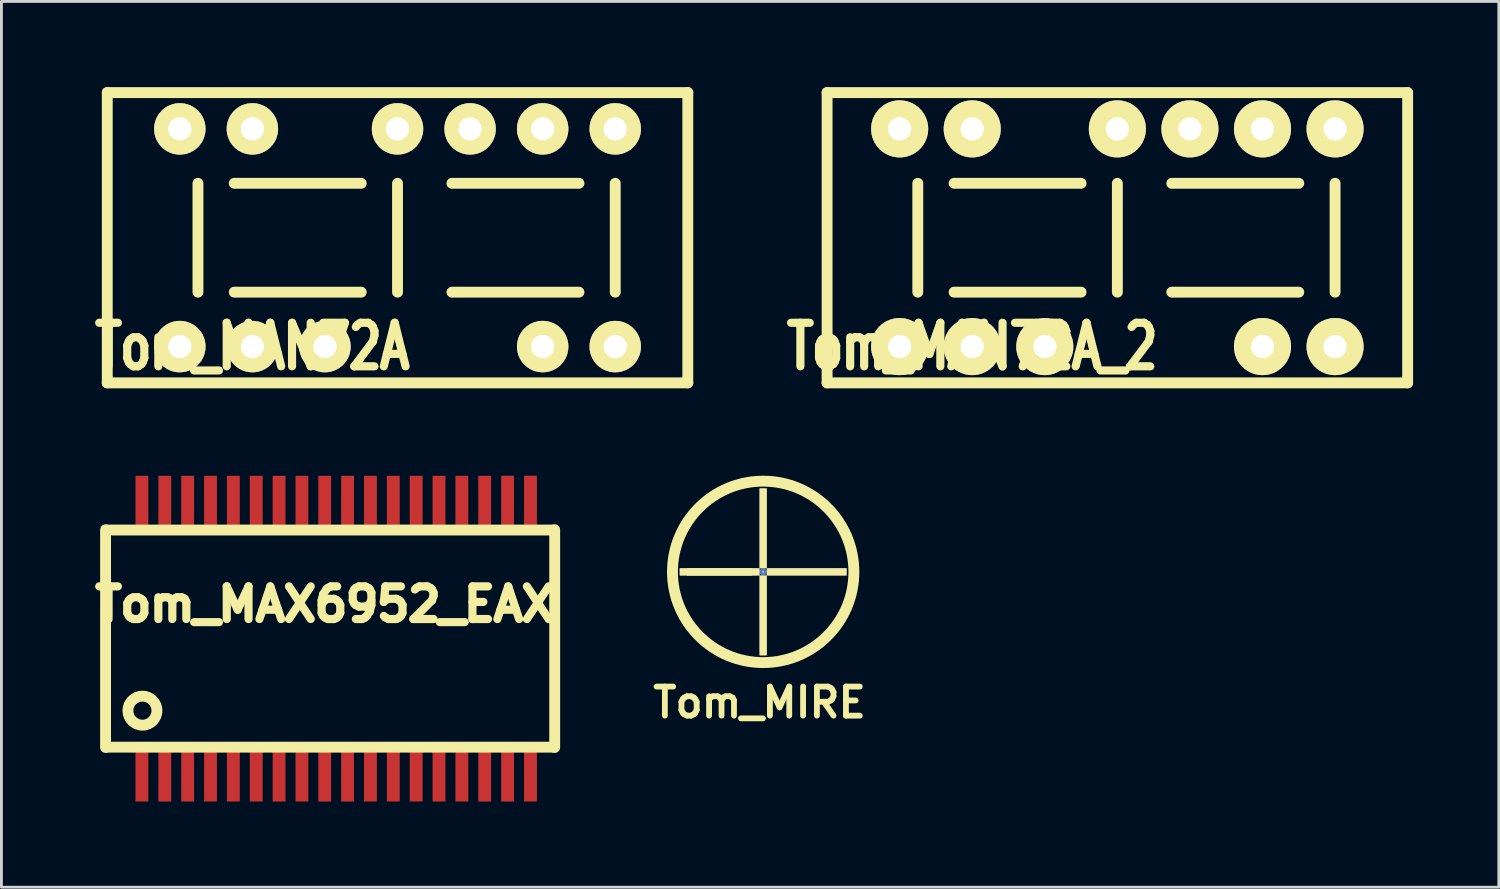
<source format=kicad_pcb>
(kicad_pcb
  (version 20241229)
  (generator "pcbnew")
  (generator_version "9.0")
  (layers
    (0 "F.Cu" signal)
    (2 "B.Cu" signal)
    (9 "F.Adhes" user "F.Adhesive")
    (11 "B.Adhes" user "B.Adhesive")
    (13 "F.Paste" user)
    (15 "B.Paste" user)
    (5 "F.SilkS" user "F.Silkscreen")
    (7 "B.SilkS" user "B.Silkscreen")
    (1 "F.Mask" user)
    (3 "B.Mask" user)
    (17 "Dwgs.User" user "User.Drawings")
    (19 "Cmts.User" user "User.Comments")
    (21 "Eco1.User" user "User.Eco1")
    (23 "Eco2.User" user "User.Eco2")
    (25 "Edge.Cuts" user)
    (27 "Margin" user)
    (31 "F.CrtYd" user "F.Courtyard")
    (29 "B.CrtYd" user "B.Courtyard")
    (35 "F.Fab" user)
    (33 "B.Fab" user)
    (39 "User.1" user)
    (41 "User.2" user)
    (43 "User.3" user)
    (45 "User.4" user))
  (footprint "Tom_MAN72A"
    (layer "F.Cu")
    (at 10.864 10.351)
    (property "Reference" "Tom_MAN72A" (at -5.08 -1.27 0) (layer "F.SilkS") (effects (font (size 1.524 1.143) (thickness 0.287))))
    (attr through_hole)
    (fp_line (start -10.16 -10.16) (end -10.16 0) (stroke (width 0.381) (type solid)) (layer "F.SilkS"))
    (fp_line (start -10.16 -10.16) (end 10.16 -10.16) (stroke (width 0.381) (type solid)) (layer "F.SilkS"))
    (fp_line (start -6.985 -6.985) (end -6.985 -3.175) (stroke (width 0.381) (type solid)) (layer "F.SilkS"))
    (fp_line (start -5.715 -6.985) (end -1.27 -6.985) (stroke (width 0.381) (type solid)) (layer "F.SilkS"))
    (fp_line (start -5.715 -3.175) (end -1.27 -3.175) (stroke (width 0.381) (type solid)) (layer "F.SilkS"))
    (fp_line (start 0 -6.985) (end 0 -3.175) (stroke (width 0.381) (type solid)) (layer "F.SilkS"))
    (fp_line (start 1.905 -6.985) (end 6.35 -6.985) (stroke (width 0.381) (type solid)) (layer "F.SilkS"))
    (fp_line (start 1.905 -3.175) (end 6.35 -3.175) (stroke (width 0.381) (type solid)) (layer "F.SilkS"))
    (fp_line (start 7.62 -6.985) (end 7.62 -3.175) (stroke (width 0.381) (type solid)) (layer "F.SilkS"))
    (fp_line (start 10.16 -10.16) (end 10.16 0) (stroke (width 0.381) (type solid)) (layer "F.SilkS"))
    (fp_line (start 10.16 0) (end -10.16 0) (stroke (width 0.381) (type solid)) (layer "F.SilkS"))
    (pad "1" thru_hole circle (at -7.62 -1.27) (size 1.801 1.801) (drill 0.813) (layers "*.Cu" "*.Mask" "F.SilkS"))
    (pad "2" thru_hole circle (at -5.08 -1.27) (size 1.801 1.801) (drill 0.813) (layers "*.Cu" "*.Mask" "F.SilkS"))
    (pad "3" thru_hole circle (at -2.54 -1.27) (size 1.801 1.801) (drill 0.813) (layers "*.Cu" "*.Mask" "F.SilkS"))
    (pad "6" thru_hole circle (at 5.08 -1.27) (size 1.801 1.801) (drill 0.813) (layers "*.Cu" "*.Mask" "F.SilkS"))
    (pad "7" thru_hole circle (at 7.62 -1.27) (size 1.801 1.801) (drill 0.813) (layers "*.Cu" "*.Mask" "F.SilkS"))
    (pad "8" thru_hole circle (at 7.62 -8.89) (size 1.801 1.801) (drill 0.813) (layers "*.Cu" "*.Mask" "F.SilkS"))
    (pad "9" thru_hole circle (at 5.08 -8.89) (size 1.801 1.801) (drill 0.813) (layers "*.Cu" "*.Mask" "F.SilkS"))
    (pad "10" thru_hole circle (at 2.54 -8.89) (size 1.801 1.801) (drill 0.813) (layers "*.Cu" "*.Mask" "F.SilkS"))
    (pad "11" thru_hole circle (at 0 -8.89) (size 1.801 1.801) (drill 0.813) (layers "*.Cu" "*.Mask" "F.SilkS"))
    (pad "13" thru_hole circle (at -5.08 -8.89) (size 1.801 1.801) (drill 0.813) (layers "*.Cu" "*.Mask" "F.SilkS"))
    (pad "14" thru_hole circle (at -7.62 -8.89) (size 1.801 1.801) (drill 0.813) (layers "*.Cu" "*.Mask" "F.SilkS")))
  (footprint "Tom_MAN72A_2"
    (layer "F.Cu")
    (at 36.059 10.351)
    (property "Reference" "Tom_MAN72A_2" (at -5.08 -1.27 0) (layer "F.SilkS") (effects (font (size 1.524 1.143) (thickness 0.287))))
    (attr through_hole)
    (fp_line (start -10.16 -10.16) (end -10.16 0) (stroke (width 0.381) (type solid)) (layer "F.SilkS"))
    (fp_line (start -10.16 -10.16) (end 10.16 -10.16) (stroke (width 0.381) (type solid)) (layer "F.SilkS"))
    (fp_line (start -6.985 -6.985) (end -6.985 -3.175) (stroke (width 0.381) (type solid)) (layer "F.SilkS"))
    (fp_line (start -5.715 -6.985) (end -1.27 -6.985) (stroke (width 0.381) (type solid)) (layer "F.SilkS"))
    (fp_line (start -5.715 -3.175) (end -1.27 -3.175) (stroke (width 0.381) (type solid)) (layer "F.SilkS"))
    (fp_line (start 0 -6.985) (end 0 -3.175) (stroke (width 0.381) (type solid)) (layer "F.SilkS"))
    (fp_line (start 1.905 -6.985) (end 6.35 -6.985) (stroke (width 0.381) (type solid)) (layer "F.SilkS"))
    (fp_line (start 1.905 -3.175) (end 6.35 -3.175) (stroke (width 0.381) (type solid)) (layer "F.SilkS"))
    (fp_line (start 7.62 -6.985) (end 7.62 -3.175) (stroke (width 0.381) (type solid)) (layer "F.SilkS"))
    (fp_line (start 10.16 -10.16) (end 10.16 0) (stroke (width 0.381) (type solid)) (layer "F.SilkS"))
    (fp_line (start 10.16 0) (end -10.16 0) (stroke (width 0.381) (type solid)) (layer "F.SilkS"))
    (pad "1" thru_hole circle (at -7.62 -1.27) (size 1.999 1.999) (drill 0.813) (layers "*.Cu" "*.Mask" "F.SilkS"))
    (pad "2" thru_hole circle (at -5.08 -1.27) (size 1.999 1.999) (drill 0.813) (layers "*.Cu" "*.Mask" "F.SilkS"))
    (pad "3" thru_hole circle (at -2.54 -1.27) (size 1.999 1.999) (drill 0.813) (layers "*.Cu" "*.Mask" "F.SilkS"))
    (pad "6" thru_hole circle (at 5.08 -1.27) (size 1.999 1.999) (drill 0.813) (layers "*.Cu" "*.Mask" "F.SilkS"))
    (pad "7" thru_hole circle (at 7.62 -1.27) (size 1.999 1.999) (drill 0.813) (layers "*.Cu" "*.Mask" "F.SilkS"))
    (pad "8" thru_hole circle (at 7.62 -8.89) (size 1.999 1.999) (drill 0.813) (layers "*.Cu" "*.Mask" "F.SilkS"))
    (pad "9" thru_hole circle (at 5.08 -8.89) (size 1.999 1.999) (drill 0.813) (layers "*.Cu" "*.Mask" "F.SilkS"))
    (pad "10" thru_hole circle (at 2.54 -8.89) (size 1.999 1.999) (drill 0.813) (layers "*.Cu" "*.Mask" "F.SilkS"))
    (pad "11" thru_hole circle (at 0 -8.89) (size 1.999 1.999) (drill 0.813) (layers "*.Cu" "*.Mask" "F.SilkS"))
    (pad "13" thru_hole circle (at -5.08 -8.89) (size 1.999 1.999) (drill 0.813) (layers "*.Cu" "*.Mask" "F.SilkS"))
    (pad "14" thru_hole circle (at -7.62 -8.89) (size 1.999 1.999) (drill 0.813) (layers "*.Cu" "*.Mask" "F.SilkS")))
  (footprint "Tom_MAX6952_EAX"
    (layer "F.Cu")
    (at 13.317 19.302)
    (property "Reference" "Tom_MAX6952_EAX" (at -5.001 -1.199 0) (layer "F.SilkS") (effects (font (size 1.143 1.143) (thickness 0.287))))
    (attr smd)
    (fp_line (start -12.672 -3.81) (end -12.672 3.81) (stroke (width 0.381) (type solid)) (layer "F.SilkS"))
    (fp_line (start -12.601 -3.8) (end 3 -3.8) (stroke (width 0.381) (type solid)) (layer "F.SilkS"))
    (fp_line (start 3 3.8) (end -12.601 3.8) (stroke (width 0.381) (type solid)) (layer "F.SilkS"))
    (fp_line (start 3.048 -3.81) (end 3.048 3.81) (stroke (width 0.381) (type solid)) (layer "F.SilkS"))
    (fp_circle (center -11.382 2.522) (end -11.382 2.014) (stroke (width 0.381) (type solid)) (fill no) (layer "F.SilkS"))
    (pad "1" smd rect (at -11.4 4.801) (size 0.45 1.801) (layers "F.Cu" "F.Mask" "F.Paste"))
    (pad "2" smd rect (at -10.599 4.801) (size 0.45 1.801) (layers "F.Cu" "F.Mask" "F.Paste"))
    (pad "3" smd rect (at -9.799 4.801) (size 0.45 1.801) (layers "F.Cu" "F.Mask" "F.Paste"))
    (pad "4" smd rect (at -8.999 4.801) (size 0.45 1.801) (layers "F.Cu" "F.Mask" "F.Paste"))
    (pad "5" smd rect (at -8.199 4.801) (size 0.45 1.801) (layers "F.Cu" "F.Mask" "F.Paste"))
    (pad "6" smd rect (at -7.399 4.801) (size 0.45 1.801) (layers "F.Cu" "F.Mask" "F.Paste"))
    (pad "7" smd rect (at -6.599 4.801) (size 0.45 1.801) (layers "F.Cu" "F.Mask" "F.Paste"))
    (pad "8" smd rect (at -5.799 4.801) (size 0.45 1.801) (layers "F.Cu" "F.Mask" "F.Paste"))
    (pad "9" smd rect (at -5.001 4.801) (size 0.45 1.801) (layers "F.Cu" "F.Mask" "F.Paste"))
    (pad "10" smd rect (at -4.201 4.801) (size 0.45 1.801) (layers "F.Cu" "F.Mask" "F.Paste"))
    (pad "11" smd rect (at -3.401 4.801) (size 0.45 1.801) (layers "F.Cu" "F.Mask" "F.Paste"))
    (pad "12" smd rect (at -2.601 4.801) (size 0.45 1.801) (layers "F.Cu" "F.Mask" "F.Paste"))
    (pad "13" smd rect (at -1.801 4.801) (size 0.45 1.801) (layers "F.Cu" "F.Mask" "F.Paste"))
    (pad "14" smd rect (at -1.001 4.801) (size 0.45 1.801) (layers "F.Cu" "F.Mask" "F.Paste"))
    (pad "15" smd rect (at -0.201 4.801) (size 0.45 1.801) (layers "F.Cu" "F.Mask" "F.Paste"))
    (pad "16" smd rect (at 0.599 4.801) (size 0.45 1.801) (layers "F.Cu" "F.Mask" "F.Paste"))
    (pad "17" smd rect (at 1.4 4.801) (size 0.45 1.801) (layers "F.Cu" "F.Mask" "F.Paste"))
    (pad "18" smd rect (at 2.2 4.801) (size 0.45 1.801) (layers "F.Cu" "F.Mask" "F.Paste"))
    (pad "19" smd rect (at 2.2 -4.801) (size 0.45 1.801) (layers "F.Cu" "F.Mask" "F.Paste"))
    (pad "20" smd rect (at 1.4 -4.801) (size 0.45 1.801) (layers "F.Cu" "F.Mask" "F.Paste"))
    (pad "21" smd rect (at 0.599 -4.798) (size 0.45 1.801) (layers "F.Cu" "F.Mask" "F.Paste"))
    (pad "22" smd rect (at -0.201 -4.798) (size 0.45 1.801) (layers "F.Cu" "F.Mask" "F.Paste"))
    (pad "23" smd rect (at -1.001 -4.798) (size 0.45 1.801) (layers "F.Cu" "F.Mask" "F.Paste"))
    (pad "24" smd rect (at -1.801 -4.798) (size 0.45 1.801) (layers "F.Cu" "F.Mask" "F.Paste"))
    (pad "25" smd rect (at -2.601 -4.798) (size 0.45 1.801) (layers "F.Cu" "F.Mask" "F.Paste"))
    (pad "26" smd rect (at -3.401 -4.798) (size 0.45 1.801) (layers "F.Cu" "F.Mask" "F.Paste"))
    (pad "27" smd rect (at -4.201 -4.798) (size 0.45 1.801) (layers "F.Cu" "F.Mask" "F.Paste"))
    (pad "28" smd rect (at -5.001 -4.798) (size 0.45 1.801) (layers "F.Cu" "F.Mask" "F.Paste"))
    (pad "29" smd rect (at -5.799 -4.798) (size 0.45 1.801) (layers "F.Cu" "F.Mask" "F.Paste"))
    (pad "30" smd rect (at -6.599 -4.798) (size 0.45 1.801) (layers "F.Cu" "F.Mask" "F.Paste"))
    (pad "31" smd rect (at -7.399 -4.798) (size 0.45 1.801) (layers "F.Cu" "F.Mask" "F.Paste"))
    (pad "32" smd rect (at -8.199 -4.798) (size 0.45 1.801) (layers "F.Cu" "F.Mask" "F.Paste"))
    (pad "33" smd rect (at -8.999 -4.798) (size 0.45 1.801) (layers "F.Cu" "F.Mask" "F.Paste"))
    (pad "34" smd rect (at -9.799 -4.798) (size 0.45 1.801) (layers "F.Cu" "F.Mask" "F.Paste"))
    (pad "35" smd rect (at -10.599 -4.798) (size 0.45 1.801) (layers "F.Cu" "F.Mask" "F.Paste"))
    (pad "36" smd rect (at -11.4 -4.798) (size 0.45 1.801) (layers "F.Cu" "F.Mask" "F.Paste")))
  (footprint "Tom_MIRE"
    (layer "F.Cu")
    (at 23.662 16.966)
    (property "Reference" "Tom_MIRE" (at -0.127 4.572 0) (layer "F.SilkS") (effects (font (size 1.016 1.016) (thickness 0.203))))
    (attr through_hole)
    (fp_circle (center 0 0) (end 2.54 1.905) (stroke (width 0.381) (type solid)) (fill no) (layer "F.SilkS"))
    (pad "" thru_hole rect (at -1.524 0) (size 2.286 0.254) (drill 0.000001) (layers "*.Cu" "*.Mask" "F.SilkS"))
    (pad "" thru_hole rect (at -1.524 0) (size 2.794 0.254) (drill 0.000001) (layers "*.Cu" "*.Mask" "F.SilkS"))
    (pad "" thru_hole rect (at 0 -1.524) (size 0.254 2.794) (drill 0.000001) (layers "*.Cu" "*.Mask" "F.SilkS"))
    (pad "" thru_hole circle (at 0 0) (size 0.254 0.254) (drill 0.051) (layers "*.Cu" "*.Mask"))
    (pad "" thru_hole rect (at 0 1.524) (size 0.254 2.794) (drill 0.000001) (layers "*.Cu" "*.Mask" "F.SilkS"))
    (pad "" thru_hole rect (at 1.524 0) (size 2.794 0.254) (drill 0.000001) (layers "*.Cu" "*.Mask" "F.SilkS")))
  (gr_rect
    (start -3 -3)
    (end 49.41 28.003)
    (stroke (width 0.1) (type default))
    (fill no)
    (layer "Edge.Cuts")))
</source>
